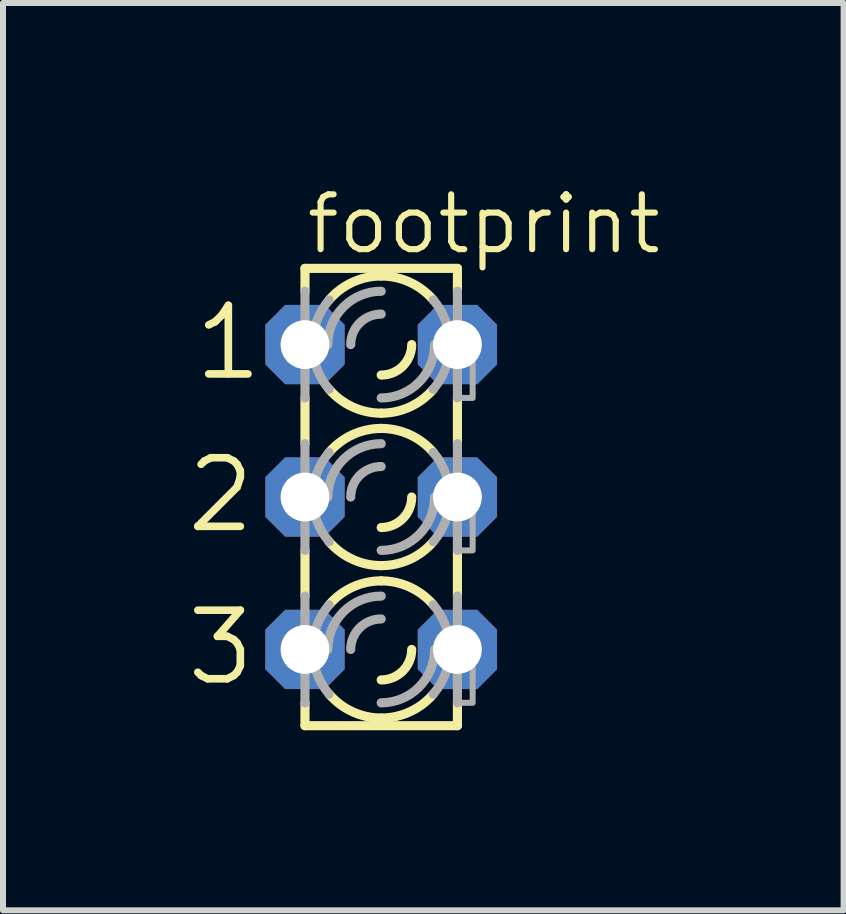
<source format=kicad_pcb>
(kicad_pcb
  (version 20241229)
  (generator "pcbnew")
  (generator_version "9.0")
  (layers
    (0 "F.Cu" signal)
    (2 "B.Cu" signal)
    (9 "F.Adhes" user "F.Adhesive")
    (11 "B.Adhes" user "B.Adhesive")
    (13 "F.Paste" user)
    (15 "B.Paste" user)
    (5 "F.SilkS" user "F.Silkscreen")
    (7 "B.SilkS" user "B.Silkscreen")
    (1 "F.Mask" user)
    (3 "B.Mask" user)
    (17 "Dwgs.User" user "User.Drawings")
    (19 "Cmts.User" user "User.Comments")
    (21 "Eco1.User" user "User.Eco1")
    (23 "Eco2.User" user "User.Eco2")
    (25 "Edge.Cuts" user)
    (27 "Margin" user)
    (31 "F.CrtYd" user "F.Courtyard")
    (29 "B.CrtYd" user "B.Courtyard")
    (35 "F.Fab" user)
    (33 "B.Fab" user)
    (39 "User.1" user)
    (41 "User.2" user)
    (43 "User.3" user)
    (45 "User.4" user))
  (footprint "footprint"
    (layer "F.Cu")
    (at 3.302 5.232)
    (property "Reference" "footprint" (at -1.295 -4.013 0) (layer "F.SilkS") (effects (font (size 0.914 0.914) (thickness 0.102)) (justify left bottom)))
    (fp_line (start -1.27 -3.81) (end -1.27 -3.429) (stroke (width 0.152) (type solid)) (layer "F.SilkS"))
    (fp_line (start -1.27 -3.81) (end 1.27 -3.81) (stroke (width 0.152) (type solid)) (layer "F.SilkS"))
    (fp_line (start -1.27 -1.651) (end -1.27 -0.889) (stroke (width 0.152) (type solid)) (layer "F.SilkS"))
    (fp_line (start -1.27 0.889) (end -1.27 1.651) (stroke (width 0.152) (type solid)) (layer "F.SilkS"))
    (fp_line (start -1.27 3.81) (end -1.27 3.429) (stroke (width 0.152) (type solid)) (layer "F.SilkS"))
    (fp_line (start -1.27 3.81) (end 1.27 3.81) (stroke (width 0.152) (type solid)) (layer "F.SilkS"))
    (fp_line (start 1.27 -3.81) (end 1.27 -3.429) (stroke (width 0.152) (type solid)) (layer "F.SilkS"))
    (fp_line (start 1.27 -1.651) (end 1.27 -0.889) (stroke (width 0.152) (type solid)) (layer "F.SilkS"))
    (fp_line (start 1.27 0.889) (end 1.27 1.651) (stroke (width 0.152) (type solid)) (layer "F.SilkS"))
    (fp_line (start 1.27 3.81) (end 1.27 3.429) (stroke (width 0.152) (type solid)) (layer "F.SilkS"))
    (fp_arc (start -0.8678 -3.2839) (mid -0.477588 -3.578445) (end 0 -3.683001) (stroke (width 0.1524) (type solid)) (layer "F.SilkS"))
    (fp_arc (start -0.8678 -0.7439) (mid -0.477588 -1.038445) (end 0 -1.143001) (stroke (width 0.1524) (type solid)) (layer "F.SilkS"))
    (fp_arc (start -0.8678 1.7961) (mid -0.477588 1.501555) (end -0.000001 1.396999) (stroke (width 0.1524) (type solid)) (layer "F.SilkS"))
    (fp_arc (start -0.000001 -1.396999) (mid -0.477588 -1.501555) (end -0.8678 -1.7961) (stroke (width 0.1524) (type solid)) (layer "F.SilkS"))
    (fp_arc (start 0 -3.683) (mid 0.477588 -3.578444) (end 0.8678 -3.283899) (stroke (width 0.1524) (type solid)) (layer "F.SilkS"))
    (fp_arc (start 0 -1.143) (mid 0.477588 -1.038444) (end 0.8678 -0.743899) (stroke (width 0.1524) (type solid)) (layer "F.SilkS"))
    (fp_arc (start 0 1.143001) (mid -0.477588 1.038445) (end -0.8678 0.7439) (stroke (width 0.1524) (type solid)) (layer "F.SilkS"))
    (fp_arc (start 0 1.397) (mid 0.477587 1.501556) (end 0.867799 1.7961) (stroke (width 0.1524) (type solid)) (layer "F.SilkS"))
    (fp_arc (start 0 3.683001) (mid -0.477588 3.578445) (end -0.8678 3.2839) (stroke (width 0.1524) (type solid)) (layer "F.SilkS"))
    (fp_arc (start 0.508 -2.54) (mid 0.35921 -2.18079) (end 0 -2.032) (stroke (width 0.1524) (type solid)) (layer "F.SilkS"))
    (fp_arc (start 0.508 0) (mid 0.35921 0.35921) (end 0 0.508) (stroke (width 0.1524) (type solid)) (layer "F.SilkS"))
    (fp_arc (start 0.508 2.54) (mid 0.35921 2.89921) (end 0 3.048) (stroke (width 0.1524) (type solid)) (layer "F.SilkS"))
    (fp_arc (start 0.867799 -1.7961) (mid 0.477587 -1.501556) (end 0 -1.397) (stroke (width 0.1524) (type solid)) (layer "F.SilkS"))
    (fp_arc (start 0.8678 0.743899) (mid 0.477588 1.038444) (end 0 1.143) (stroke (width 0.1524) (type solid)) (layer "F.SilkS"))
    (fp_arc (start 0.8678 3.283899) (mid 0.477588 3.578444) (end 0 3.683) (stroke (width 0.1524) (type solid)) (layer "F.SilkS"))
    (fp_line (start -1.27 -1.651) (end -1.27 -3.429) (stroke (width 0.152) (type solid)) (layer "F.Fab"))
    (fp_line (start -1.27 0.889) (end -1.27 -0.889) (stroke (width 0.152) (type solid)) (layer "F.Fab"))
    (fp_line (start -1.27 3.429) (end -1.27 1.651) (stroke (width 0.152) (type solid)) (layer "F.Fab"))
    (fp_line (start 1.27 -1.651) (end 1.27 -3.429) (stroke (width 0.152) (type solid)) (layer "F.Fab"))
    (fp_line (start 1.27 0.889) (end 1.27 -0.889) (stroke (width 0.152) (type solid)) (layer "F.Fab"))
    (fp_line (start 1.27 3.429) (end 1.27 1.651) (stroke (width 0.152) (type solid)) (layer "F.Fab"))
    (fp_arc (start -1.143 -2.54) (mid -1.071949 -2.936597) (end -0.8677 -3.2839) (stroke (width 0.1524) (type solid)) (layer "F.Fab"))
    (fp_arc (start -1.143 0) (mid -1.071996 -0.396587) (end -0.8678 -0.7439) (stroke (width 0.1524) (type solid)) (layer "F.Fab"))
    (fp_arc (start -1.143 2.54) (mid -1.071997 2.143413) (end -0.867801 1.7961) (stroke (width 0.1524) (type solid)) (layer "F.Fab"))
    (fp_arc (start -0.889 -2.54) (mid -0.628618 -3.168618) (end 0 -3.429) (stroke (width 0.1524) (type solid)) (layer "F.Fab"))
    (fp_arc (start -0.889 0) (mid -0.628618 -0.628618) (end 0 -0.889) (stroke (width 0.1524) (type solid)) (layer "F.Fab"))
    (fp_arc (start -0.889 2.54) (mid -0.628618 1.911382) (end 0 1.651) (stroke (width 0.1524) (type solid)) (layer "F.Fab"))
    (fp_arc (start -0.867801 -1.7961) (mid -1.071997 -2.143413) (end -1.143 -2.54) (stroke (width 0.1524) (type solid)) (layer "F.Fab"))
    (fp_arc (start -0.8678 0.7439) (mid -1.071996 0.396587) (end -1.143 0) (stroke (width 0.1524) (type solid)) (layer "F.Fab"))
    (fp_arc (start -0.8677 3.2839) (mid -1.071949 2.936597) (end -1.143 2.54) (stroke (width 0.1524) (type solid)) (layer "F.Fab"))
    (fp_arc (start -0.508 -2.54) (mid -0.35921 -2.89921) (end 0 -3.048) (stroke (width 0.1524) (type solid)) (layer "F.Fab"))
    (fp_arc (start -0.508 0) (mid -0.35921 -0.35921) (end 0 -0.508) (stroke (width 0.1524) (type solid)) (layer "F.Fab"))
    (fp_arc (start -0.508 2.54) (mid -0.35921 2.18079) (end 0 2.032) (stroke (width 0.1524) (type solid)) (layer "F.Fab"))
    (fp_arc (start 0.8678 -3.2839) (mid 1.072043 -2.936595) (end 1.1431 -2.54) (stroke (width 0.1524) (type solid)) (layer "F.Fab"))
    (fp_arc (start 0.8678 -0.7439) (mid 1.071996 -0.396587) (end 1.143 0) (stroke (width 0.1524) (type solid)) (layer "F.Fab"))
    (fp_arc (start 0.8678 1.7961) (mid 1.071949 2.143421) (end 1.1429 2.54) (stroke (width 0.1524) (type solid)) (layer "F.Fab"))
    (fp_arc (start 0.889 -2.54) (mid 0.628618 -1.911382) (end 0 -1.651) (stroke (width 0.1524) (type solid)) (layer "F.Fab"))
    (fp_arc (start 0.889 0) (mid 0.628618 0.628618) (end 0 0.889) (stroke (width 0.1524) (type solid)) (layer "F.Fab"))
    (fp_arc (start 0.889 2.54) (mid 0.628618 3.168618) (end 0 3.429) (stroke (width 0.1524) (type solid)) (layer "F.Fab"))
    (fp_arc (start 1.1429 -2.54) (mid 1.071949 -2.143421) (end 0.8678 -1.7961) (stroke (width 0.1524) (type solid)) (layer "F.Fab"))
    (fp_arc (start 1.143 0) (mid 1.071996 0.396587) (end 0.8678 0.7439) (stroke (width 0.1524) (type solid)) (layer "F.Fab"))
    (fp_arc (start 1.1431 2.54) (mid 1.072043 2.936594) (end 0.8678 3.2839) (stroke (width 0.1524) (type solid)) (layer "F.Fab"))
    (fp_poly (pts (xy -1.524 -2.286) (xy -1.27 -2.286) (xy -1.27 -2.794) (xy -1.524 -2.794)) (stroke (width 0.1) (type solid)) (fill no) (layer "F.Fab"))
    (fp_poly (pts (xy -1.524 0.254) (xy -1.27 0.254) (xy -1.27 -0.254) (xy -1.524 -0.254)) (stroke (width 0.1) (type solid)) (fill no) (layer "F.Fab"))
    (fp_poly (pts (xy -1.524 2.794) (xy -1.27 2.794) (xy -1.27 2.286) (xy -1.524 2.286)) (stroke (width 0.1) (type solid)) (fill no) (layer "F.Fab"))
    (fp_poly (pts (xy 1.27 -1.651) (xy 1.524 -1.651) (xy 1.524 -2.794) (xy 1.27 -2.794)) (stroke (width 0.1) (type solid)) (fill no) (layer "F.Fab"))
    (fp_poly (pts (xy 1.27 0.889) (xy 1.524 0.889) (xy 1.524 -0.254) (xy 1.27 -0.254)) (stroke (width 0.1) (type solid)) (fill no) (layer "F.Fab"))
    (fp_poly (pts (xy 1.27 3.429) (xy 1.524 3.429) (xy 1.524 2.286) (xy 1.27 2.286)) (stroke (width 0.1) (type solid)) (fill no) (layer "F.Fab"))
    (fp_text user "1" (at -3.175 -1.905 0) (layer "F.SilkS") (effects (font (size 1.143 1.143) (thickness 0.127)) (justify left bottom)))
    (fp_text user "2" (at -3.302 0.635 0) (layer "F.SilkS") (effects (font (size 1.143 1.143) (thickness 0.127)) (justify left bottom)))
    (fp_text user "3" (at -3.302 3.175 0) (layer "F.SilkS") (effects (font (size 1.143 1.143) (thickness 0.127)) (justify left bottom)))
    (pad "A1" thru_hole roundrect (at -1.27 -2.54) (size 1.321 1.321) (drill 0.813) (layers "*.Cu" "*.Mask") (roundrect_rratio 0.25) (chamfer_ratio 0.25) (chamfer top_left top_right bottom_left bottom_right))
    (pad "A2" thru_hole roundrect (at -1.27 0) (size 1.321 1.321) (drill 0.813) (layers "*.Cu" "*.Mask") (roundrect_rratio 0.25) (chamfer_ratio 0.25) (chamfer top_left top_right bottom_left bottom_right))
    (pad "A3" thru_hole roundrect (at -1.27 2.54) (size 1.321 1.321) (drill 0.813) (layers "*.Cu" "*.Mask") (roundrect_rratio 0.25) (chamfer_ratio 0.25) (chamfer top_left top_right bottom_left bottom_right))
    (pad "K1" thru_hole roundrect (at 1.27 -2.54) (size 1.321 1.321) (drill 0.813) (layers "*.Cu" "*.Mask") (roundrect_rratio 0.25) (chamfer_ratio 0.25) (chamfer top_left top_right bottom_left bottom_right))
    (pad "K2" thru_hole roundrect (at 1.27 0) (size 1.321 1.321) (drill 0.813) (layers "*.Cu" "*.Mask") (roundrect_rratio 0.25) (chamfer_ratio 0.25) (chamfer top_left top_right bottom_left bottom_right))
    (pad "K3" thru_hole roundrect (at 1.27 2.54) (size 1.321 1.321) (drill 0.813) (layers "*.Cu" "*.Mask") (roundrect_rratio 0.25) (chamfer_ratio 0.25) (chamfer top_left top_right bottom_left bottom_right)))
  (gr_rect
    (start -3 -3)
    (end 11.007 12.119)
    (stroke (width 0.1) (type default))
    (fill no)
    (layer "Edge.Cuts")))
</source>
